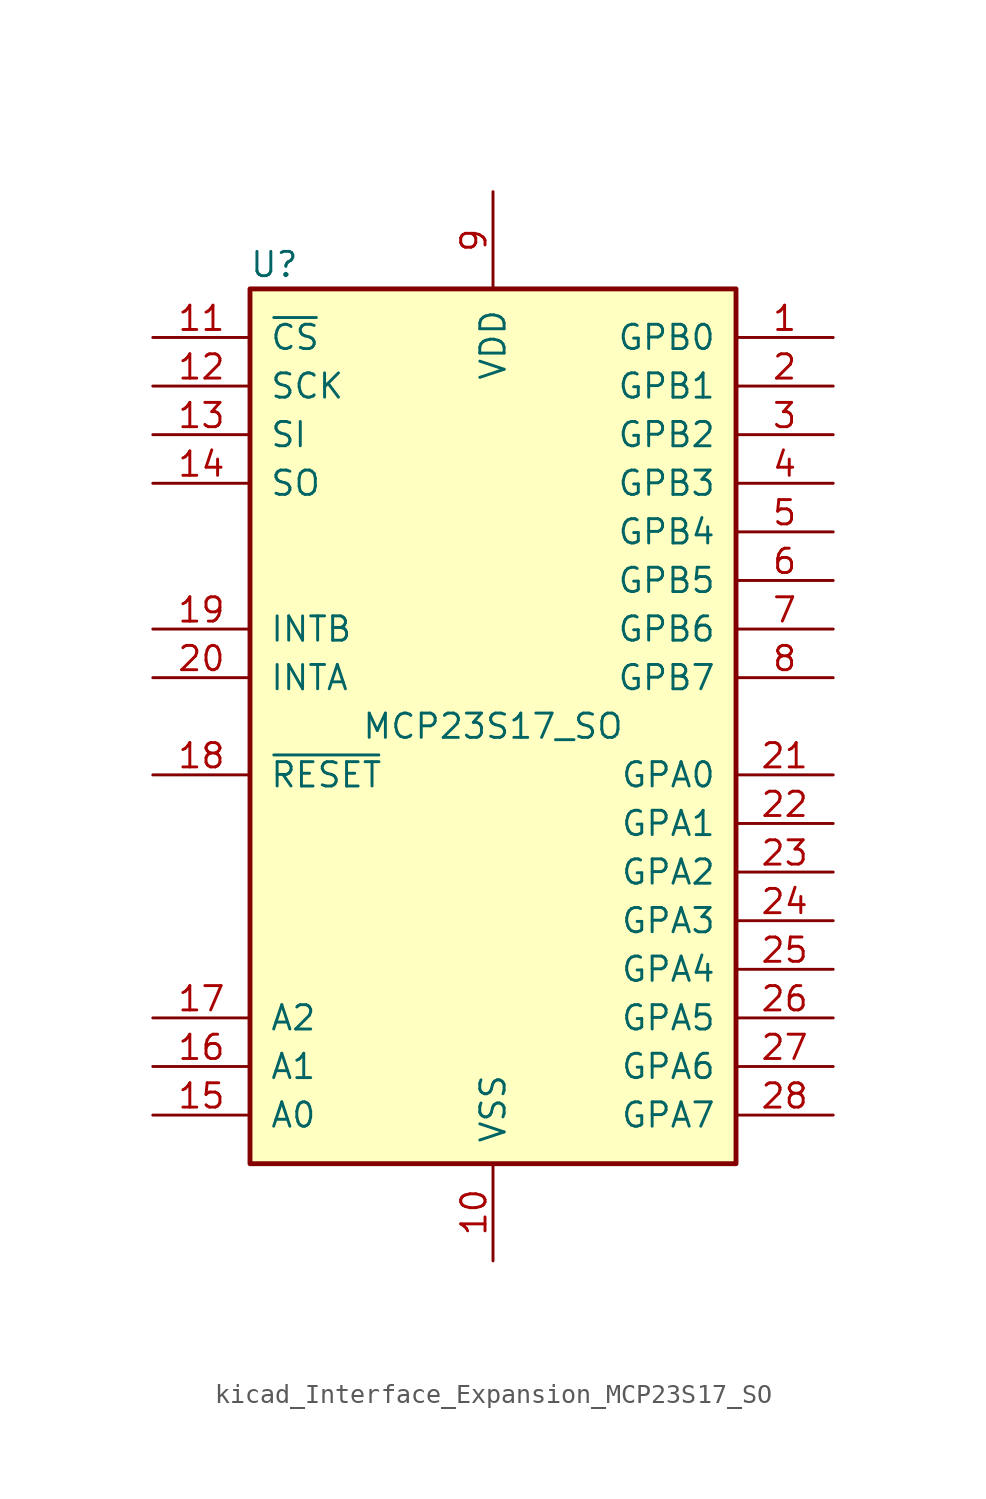
<source format=kicad_sym>
(kicad_symbol_lib
  (version 20220914)
  (generator kicad_symbol_editor)
  (symbol "kicad_Interface_Expansion_MCP23S17_SO"
    (pin_names
      (offset 1.016))
    (property "Reference" "U"
      (at -11.43 24.13 0)
      (effects (font (size 1.27 1.27))))
    (property "Value" "MCP23S17_SO"
      (at 0 0 0)
      (effects (font (size 1.27 1.27))))
    (symbol "kicad_Interface_Expansion_MCP23S17_SO_0_1"
      (rectangle (start -12.7 22.86) (end 12.7 -22.86) (stroke (width 0.254) (type default)) (fill (type background))))
    (symbol "kicad_Interface_Expansion_MCP23S17_SO_1_1"
      (pin bidirectional line (at 17.78 20.32 180) (length 5.08) (name "GPB0" (effects (font (size 1.27 1.27)))) (number "1" (effects (font (size 1.27 1.27)))))
      (pin power_in line (at 0 -27.94 90) (length 5.08) (name "VSS" (effects (font (size 1.27 1.27)))) (number "10" (effects (font (size 1.27 1.27)))))
      (pin input line (at -17.78 20.32 0) (length 5.08) (name "~{CS}" (effects (font (size 1.27 1.27)))) (number "11" (effects (font (size 1.27 1.27)))))
      (pin input line (at -17.78 17.78 0) (length 5.08) (name "SCK" (effects (font (size 1.27 1.27)))) (number "12" (effects (font (size 1.27 1.27)))))
      (pin input line (at -17.78 15.24 0) (length 5.08) (name "SI" (effects (font (size 1.27 1.27)))) (number "13" (effects (font (size 1.27 1.27)))))
      (pin output line (at -17.78 12.7 0) (length 5.08) (name "SO" (effects (font (size 1.27 1.27)))) (number "14" (effects (font (size 1.27 1.27)))))
      (pin input line (at -17.78 -20.32 0) (length 5.08) (name "A0" (effects (font (size 1.27 1.27)))) (number "15" (effects (font (size 1.27 1.27)))))
      (pin input line (at -17.78 -17.78 0) (length 5.08) (name "A1" (effects (font (size 1.27 1.27)))) (number "16" (effects (font (size 1.27 1.27)))))
      (pin input line (at -17.78 -15.24 0) (length 5.08) (name "A2" (effects (font (size 1.27 1.27)))) (number "17" (effects (font (size 1.27 1.27)))))
      (pin input line (at -17.78 -2.54 0) (length 5.08) (name "~{RESET}" (effects (font (size 1.27 1.27)))) (number "18" (effects (font (size 1.27 1.27)))))
      (pin tri_state line (at -17.78 5.08 0) (length 5.08) (name "INTB" (effects (font (size 1.27 1.27)))) (number "19" (effects (font (size 1.27 1.27)))))
      (pin bidirectional line (at 17.78 17.78 180) (length 5.08) (name "GPB1" (effects (font (size 1.27 1.27)))) (number "2" (effects (font (size 1.27 1.27)))))
      (pin tri_state line (at -17.78 2.54 0) (length 5.08) (name "INTA" (effects (font (size 1.27 1.27)))) (number "20" (effects (font (size 1.27 1.27)))))
      (pin bidirectional line (at 17.78 -2.54 180) (length 5.08) (name "GPA0" (effects (font (size 1.27 1.27)))) (number "21" (effects (font (size 1.27 1.27)))))
      (pin bidirectional line (at 17.78 -5.08 180) (length 5.08) (name "GPA1" (effects (font (size 1.27 1.27)))) (number "22" (effects (font (size 1.27 1.27)))))
      (pin bidirectional line (at 17.78 -7.62 180) (length 5.08) (name "GPA2" (effects (font (size 1.27 1.27)))) (number "23" (effects (font (size 1.27 1.27)))))
      (pin bidirectional line (at 17.78 -10.16 180) (length 5.08) (name "GPA3" (effects (font (size 1.27 1.27)))) (number "24" (effects (font (size 1.27 1.27)))))
      (pin bidirectional line (at 17.78 -12.7 180) (length 5.08) (name "GPA4" (effects (font (size 1.27 1.27)))) (number "25" (effects (font (size 1.27 1.27)))))
      (pin bidirectional line (at 17.78 -15.24 180) (length 5.08) (name "GPA5" (effects (font (size 1.27 1.27)))) (number "26" (effects (font (size 1.27 1.27)))))
      (pin bidirectional line (at 17.78 -17.78 180) (length 5.08) (name "GPA6" (effects (font (size 1.27 1.27)))) (number "27" (effects (font (size 1.27 1.27)))))
      (pin bidirectional line (at 17.78 -20.32 180) (length 5.08) (name "GPA7" (effects (font (size 1.27 1.27)))) (number "28" (effects (font (size 1.27 1.27)))))
      (pin bidirectional line (at 17.78 15.24 180) (length 5.08) (name "GPB2" (effects (font (size 1.27 1.27)))) (number "3" (effects (font (size 1.27 1.27)))))
      (pin bidirectional line (at 17.78 12.7 180) (length 5.08) (name "GPB3" (effects (font (size 1.27 1.27)))) (number "4" (effects (font (size 1.27 1.27)))))
      (pin bidirectional line (at 17.78 10.16 180) (length 5.08) (name "GPB4" (effects (font (size 1.27 1.27)))) (number "5" (effects (font (size 1.27 1.27)))))
      (pin bidirectional line (at 17.78 7.62 180) (length 5.08) (name "GPB5" (effects (font (size 1.27 1.27)))) (number "6" (effects (font (size 1.27 1.27)))))
      (pin bidirectional line (at 17.78 5.08 180) (length 5.08) (name "GPB6" (effects (font (size 1.27 1.27)))) (number "7" (effects (font (size 1.27 1.27)))))
      (pin bidirectional line (at 17.78 2.54 180) (length 5.08) (name "GPB7" (effects (font (size 1.27 1.27)))) (number "8" (effects (font (size 1.27 1.27)))))
      (pin power_in line (at 0 27.94 270) (length 5.08) (name "VDD" (effects (font (size 1.27 1.27)))) (number "9" (effects (font (size 1.27 1.27))))))))
</source>
